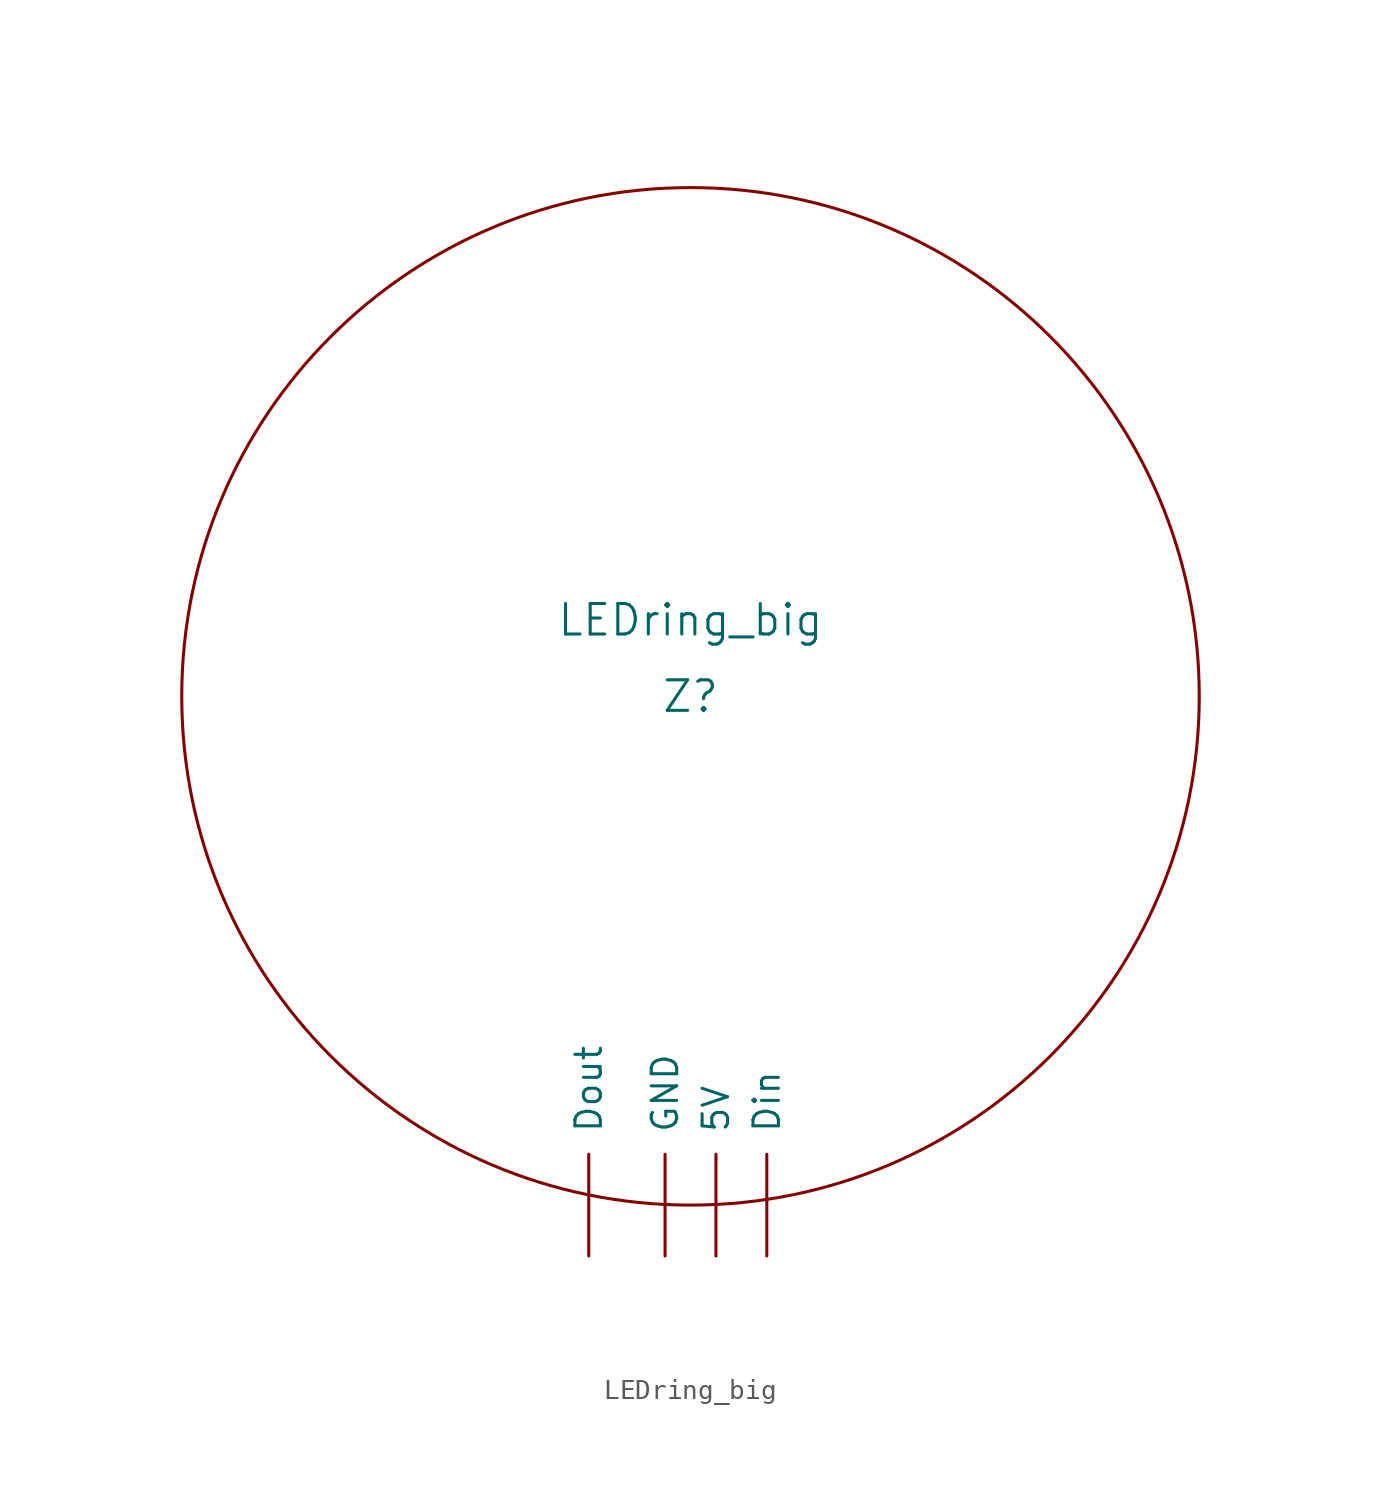
<source format=kicad_sym>
(kicad_symbol_lib
  (version 20231120)
  (generator "kicad_symbol_editor")
  (generator_version "8.0")
  (symbol "LEDring_big"
    (pin_names
      (offset 1.016))
    (property "Reference" "Z"
      (at 0 0 0)
      (effects (font (size 1.524 1.524))))
    (property "Value" "LEDring_big"
      (at 0 3.81 0)
      (effects (font (size 1.524 1.524))))
    (symbol "LEDring_big_0_1"
      (circle (center 0 0) (radius 25.4) (stroke (width 0) (type solid)) (fill (type none))))
    (symbol "LEDring_big_1_0"
      (pin input line (at 1.27 -27.94 90) (length 5.08) (name "5V" (effects (font (size 1.27 1.27)))) (number "~" (effects (font (size 1.27 1.27)))))
      (pin input line (at 3.81 -27.94 90) (length 5.08) (name "Din" (effects (font (size 1.27 1.27)))) (number "~" (effects (font (size 1.27 1.27)))))
      (pin input line (at -5.08 -27.94 90) (length 5.08) (name "Dout" (effects (font (size 1.27 1.27)))) (number "~" (effects (font (size 1.27 1.27)))))
      (pin input line (at -1.27 -27.94 90) (length 5.08) (name "GND" (effects (font (size 1.27 1.27)))) (number "~" (effects (font (size 1.27 1.27))))))))
</source>
